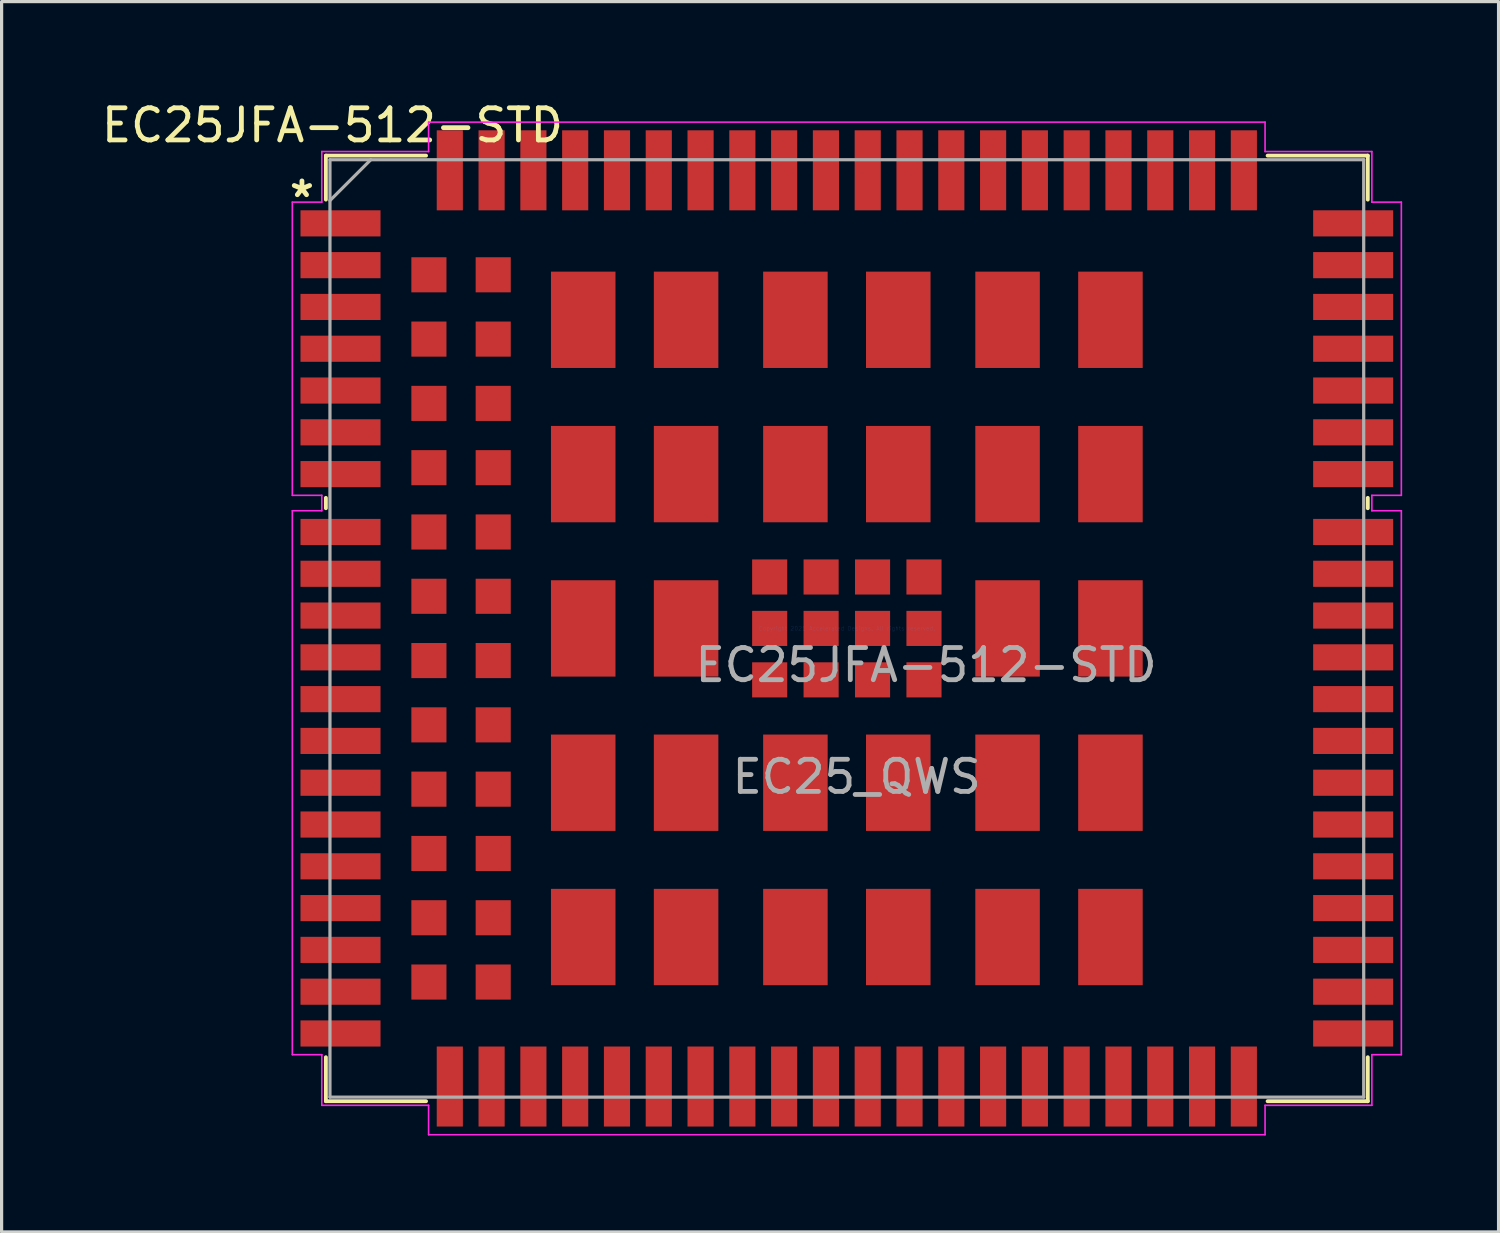
<source format=kicad_pcb>
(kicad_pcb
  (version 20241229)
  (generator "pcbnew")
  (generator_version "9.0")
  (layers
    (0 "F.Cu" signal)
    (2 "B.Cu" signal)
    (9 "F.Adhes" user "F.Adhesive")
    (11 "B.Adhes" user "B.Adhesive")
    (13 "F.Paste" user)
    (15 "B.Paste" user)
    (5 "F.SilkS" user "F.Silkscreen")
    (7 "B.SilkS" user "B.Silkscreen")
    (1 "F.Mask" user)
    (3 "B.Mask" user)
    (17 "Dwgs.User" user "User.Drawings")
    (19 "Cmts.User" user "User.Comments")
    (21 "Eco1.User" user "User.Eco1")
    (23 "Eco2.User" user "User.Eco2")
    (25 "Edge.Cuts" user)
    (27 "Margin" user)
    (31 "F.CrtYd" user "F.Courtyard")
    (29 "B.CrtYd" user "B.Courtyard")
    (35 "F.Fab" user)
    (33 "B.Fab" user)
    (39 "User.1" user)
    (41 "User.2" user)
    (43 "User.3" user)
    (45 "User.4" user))
  (footprint "EC25JFA-512-STD"
    (layer "F.Cu")
    (at 23.292 16.498)
    (property "Reference" "EC25JFA-512-STD" (at -16 -15.65 0) (layer "F.SilkS") (effects (font (size 1 1) (thickness 0.15))))
    (property "Value" "EC25_QWS" (at 0 0 0) (layer "F.SilkS") (hide yes) (effects (font (size 1 1) (thickness 0.15))))
    (attr smd)
    (fp_line (start -16.205 -14.707) (end -13.089 -14.707) (stroke (width 0.12) (type solid)) (layer "F.SilkS"))
    (fp_line (start -16.205 -13.339) (end -16.205 -14.707) (stroke (width 0.12) (type solid)) (layer "F.SilkS"))
    (fp_line (start -16.205 -3.739) (end -16.205 -4.061) (stroke (width 0.12) (type solid)) (layer "F.SilkS"))
    (fp_line (start -16.205 14.707) (end -16.205 13.339) (stroke (width 0.12) (type solid)) (layer "F.SilkS"))
    (fp_line (start -13.089 14.707) (end -16.205 14.707) (stroke (width 0.12) (type solid)) (layer "F.SilkS"))
    (fp_line (start 13.089 -14.707) (end 16.205 -14.707) (stroke (width 0.12) (type solid)) (layer "F.SilkS"))
    (fp_line (start 16.205 -14.707) (end 16.205 -13.339) (stroke (width 0.12) (type solid)) (layer "F.SilkS"))
    (fp_line (start 16.205 -4.061) (end 16.205 -3.739) (stroke (width 0.12) (type solid)) (layer "F.SilkS"))
    (fp_line (start 16.205 13.339) (end 16.205 14.707) (stroke (width 0.12) (type solid)) (layer "F.SilkS"))
    (fp_line (start 16.205 14.707) (end 13.089 14.707) (stroke (width 0.12) (type solid)) (layer "F.SilkS"))
    (fp_line (start -17.249 -13.26) (end -17.249 -4.14) (stroke (width 0.05) (type solid)) (layer "F.CrtYd"))
    (fp_line (start -17.249 -4.14) (end -16.332 -4.14) (stroke (width 0.05) (type solid)) (layer "F.CrtYd"))
    (fp_line (start -17.249 -3.66) (end -17.249 13.26) (stroke (width 0.05) (type solid)) (layer "F.CrtYd"))
    (fp_line (start -17.249 13.26) (end -16.332 13.26) (stroke (width 0.05) (type solid)) (layer "F.CrtYd"))
    (fp_line (start -16.332 -14.834) (end -16.332 -13.26) (stroke (width 0.05) (type solid)) (layer "F.CrtYd"))
    (fp_line (start -16.332 -13.26) (end -17.249 -13.26) (stroke (width 0.05) (type solid)) (layer "F.CrtYd"))
    (fp_line (start -16.332 -4.14) (end -16.332 -3.66) (stroke (width 0.05) (type solid)) (layer "F.CrtYd"))
    (fp_line (start -16.332 -3.66) (end -17.249 -3.66) (stroke (width 0.05) (type solid)) (layer "F.CrtYd"))
    (fp_line (start -16.332 13.26) (end -16.332 14.834) (stroke (width 0.05) (type solid)) (layer "F.CrtYd"))
    (fp_line (start -16.332 14.834) (end -13.01 14.834) (stroke (width 0.05) (type solid)) (layer "F.CrtYd"))
    (fp_line (start -13.01 14.834) (end -13.01 15.749) (stroke (width 0.05) (type solid)) (layer "F.CrtYd"))
    (fp_line (start -13.01 15.749) (end 13.01 15.749) (stroke (width 0.05) (type solid)) (layer "F.CrtYd"))
    (fp_line (start -13.01 -15.749) (end -13.01 -14.834) (stroke (width 0.05) (type solid)) (layer "F.CrtYd"))
    (fp_line (start -13.01 -14.834) (end -16.332 -14.834) (stroke (width 0.05) (type solid)) (layer "F.CrtYd"))
    (fp_line (start 13.01 14.834) (end 16.332 14.834) (stroke (width 0.05) (type solid)) (layer "F.CrtYd"))
    (fp_line (start 13.01 15.749) (end 13.01 14.834) (stroke (width 0.05) (type solid)) (layer "F.CrtYd"))
    (fp_line (start 13.01 -15.749) (end -13.01 -15.749) (stroke (width 0.05) (type solid)) (layer "F.CrtYd"))
    (fp_line (start 13.01 -14.834) (end 13.01 -15.749) (stroke (width 0.05) (type solid)) (layer "F.CrtYd"))
    (fp_line (start 16.332 -14.834) (end 13.01 -14.834) (stroke (width 0.05) (type solid)) (layer "F.CrtYd"))
    (fp_line (start 16.332 -13.26) (end 16.332 -14.834) (stroke (width 0.05) (type solid)) (layer "F.CrtYd"))
    (fp_line (start 16.332 -4.14) (end 17.249 -4.14) (stroke (width 0.05) (type solid)) (layer "F.CrtYd"))
    (fp_line (start 16.332 -3.66) (end 16.332 -4.14) (stroke (width 0.05) (type solid)) (layer "F.CrtYd"))
    (fp_line (start 16.332 13.26) (end 17.249 13.26) (stroke (width 0.05) (type solid)) (layer "F.CrtYd"))
    (fp_line (start 16.332 14.834) (end 16.332 13.26) (stroke (width 0.05) (type solid)) (layer "F.CrtYd"))
    (fp_line (start 17.249 -13.26) (end 16.332 -13.26) (stroke (width 0.05) (type solid)) (layer "F.CrtYd"))
    (fp_line (start 17.249 -4.14) (end 17.249 -13.26) (stroke (width 0.05) (type solid)) (layer "F.CrtYd"))
    (fp_line (start 17.249 -3.66) (end 16.332 -3.66) (stroke (width 0.05) (type solid)) (layer "F.CrtYd"))
    (fp_line (start 17.249 13.26) (end 17.249 -3.66) (stroke (width 0.05) (type solid)) (layer "F.CrtYd"))
    (fp_line (start -16.078 -14.58) (end -16.078 14.58) (stroke (width 0.1) (type solid)) (layer "F.Fab"))
    (fp_line (start -16.078 -13.31) (end -14.808 -14.58) (stroke (width 0.1) (type solid)) (layer "F.Fab"))
    (fp_line (start -16.078 14.58) (end 16.078 14.58) (stroke (width 0.1) (type solid)) (layer "F.Fab"))
    (fp_line (start 16.078 -14.58) (end -16.078 -14.58) (stroke (width 0.1) (type solid)) (layer "F.Fab"))
    (fp_line (start 16.078 14.58) (end 16.078 -14.58) (stroke (width 0.1) (type solid)) (layer "F.Fab"))
    (fp_text user "*" (at -16.95 -13.375 0) (layer "F.SilkS") (effects (font (size 1 1) (thickness 0.15))))
    (fp_text user "Copyright 2021 Accelerated Designs. All rights reserved." (at 0 0 0) (layer "Cmts.User") (effects (font (size 0.127 0.127) (thickness 0.002))))
    (fp_text user "${VALUE}" (at -3.65 5.2 0) (unlocked yes) (layer "F.Fab") (effects (font (size 1 1) (thickness 0.15)) (justify left bottom)))
    (fp_text user "${REFERENCE}" (at -4.8 1.725 0) (unlocked yes) (layer "F.Fab") (effects (font (size 1 1) (thickness 0.15)) (justify left bottom)))
    (pad "1" smd rect (at -15.75 -12.6) (size 2.489 0.813) (layers "F.Cu" "F.Mask" "F.Paste"))
    (pad "2" smd rect (at -15.75 -11.3) (size 2.489 0.813) (layers "F.Cu" "F.Mask" "F.Paste"))
    (pad "3" smd rect (at -15.75 -10) (size 2.489 0.813) (layers "F.Cu" "F.Mask" "F.Paste"))
    (pad "4" smd rect (at -15.75 -8.7) (size 2.489 0.813) (layers "F.Cu" "F.Mask" "F.Paste"))
    (pad "5" smd rect (at -15.75 -7.4) (size 2.489 0.813) (layers "F.Cu" "F.Mask" "F.Paste"))
    (pad "6" smd rect (at -15.75 -6.1) (size 2.489 0.813) (layers "F.Cu" "F.Mask" "F.Paste"))
    (pad "7" smd rect (at -15.75 -4.8) (size 2.489 0.813) (layers "F.Cu" "F.Mask" "F.Paste"))
    (pad "8" smd rect (at -15.75 -0.4) (size 2.489 0.813) (layers "F.Cu" "F.Mask" "F.Paste"))
    (pad "9" smd rect (at -15.75 0.9) (size 2.489 0.813) (layers "F.Cu" "F.Mask" "F.Paste"))
    (pad "10" smd rect (at -15.75 2.2) (size 2.489 0.813) (layers "F.Cu" "F.Mask" "F.Paste"))
    (pad "11" smd rect (at -15.75 3.5) (size 2.489 0.813) (layers "F.Cu" "F.Mask" "F.Paste"))
    (pad "12" smd rect (at -15.75 4.8) (size 2.489 0.813) (layers "F.Cu" "F.Mask" "F.Paste"))
    (pad "13" smd rect (at -15.75 6.1) (size 2.489 0.813) (layers "F.Cu" "F.Mask" "F.Paste"))
    (pad "14" smd rect (at -15.75 7.4) (size 2.489 0.813) (layers "F.Cu" "F.Mask" "F.Paste"))
    (pad "15" smd rect (at -15.75 8.7) (size 2.489 0.813) (layers "F.Cu" "F.Mask" "F.Paste"))
    (pad "16" smd rect (at -15.75 10) (size 2.489 0.813) (layers "F.Cu" "F.Mask" "F.Paste"))
    (pad "17" smd rect (at -15.75 11.3) (size 2.489 0.813) (layers "F.Cu" "F.Mask" "F.Paste"))
    (pad "18" smd rect (at -15.75 12.6) (size 2.489 0.813) (layers "F.Cu" "F.Mask" "F.Paste"))
    (pad "19" smd rect (at -9.75 14.25 90) (size 2.489 0.813) (layers "F.Cu" "F.Mask" "F.Paste"))
    (pad "20" smd rect (at -8.45 14.25 90) (size 2.489 0.813) (layers "F.Cu" "F.Mask" "F.Paste"))
    (pad "21" smd rect (at -7.15 14.25 90) (size 2.489 0.813) (layers "F.Cu" "F.Mask" "F.Paste"))
    (pad "22" smd rect (at -5.85 14.25 90) (size 2.489 0.813) (layers "F.Cu" "F.Mask" "F.Paste"))
    (pad "23" smd rect (at -4.55 14.25 90) (size 2.489 0.813) (layers "F.Cu" "F.Mask" "F.Paste"))
    (pad "24" smd rect (at -3.25 14.25 90) (size 2.489 0.813) (layers "F.Cu" "F.Mask" "F.Paste"))
    (pad "25" smd rect (at -1.95 14.25 90) (size 2.489 0.813) (layers "F.Cu" "F.Mask" "F.Paste"))
    (pad "26" smd rect (at -0.65 14.25 90) (size 2.489 0.813) (layers "F.Cu" "F.Mask" "F.Paste"))
    (pad "27" smd rect (at 0.65 14.25 90) (size 2.489 0.813) (layers "F.Cu" "F.Mask" "F.Paste"))
    (pad "28" smd rect (at 1.95 14.25 90) (size 2.489 0.813) (layers "F.Cu" "F.Mask" "F.Paste"))
    (pad "29" smd rect (at 3.25 14.25 90) (size 2.489 0.813) (layers "F.Cu" "F.Mask" "F.Paste"))
    (pad "30" smd rect (at 4.55 14.25 90) (size 2.489 0.813) (layers "F.Cu" "F.Mask" "F.Paste"))
    (pad "31" smd rect (at 5.85 14.25 90) (size 2.489 0.813) (layers "F.Cu" "F.Mask" "F.Paste"))
    (pad "32" smd rect (at 7.15 14.25 90) (size 2.489 0.813) (layers "F.Cu" "F.Mask" "F.Paste"))
    (pad "33" smd rect (at 8.45 14.25 90) (size 2.489 0.813) (layers "F.Cu" "F.Mask" "F.Paste"))
    (pad "34" smd rect (at 9.75 14.25 90) (size 2.489 0.813) (layers "F.Cu" "F.Mask" "F.Paste"))
    (pad "35" smd rect (at 11.05 14.25 90) (size 2.489 0.813) (layers "F.Cu" "F.Mask" "F.Paste"))
    (pad "36" smd rect (at 12.35 14.25 90) (size 2.489 0.813) (layers "F.Cu" "F.Mask" "F.Paste"))
    (pad "37" smd rect (at 15.75 12.6) (size 2.489 0.813) (layers "F.Cu" "F.Mask" "F.Paste"))
    (pad "38" smd rect (at 15.75 11.3) (size 2.489 0.813) (layers "F.Cu" "F.Mask" "F.Paste"))
    (pad "39" smd rect (at 15.75 10) (size 2.489 0.813) (layers "F.Cu" "F.Mask" "F.Paste"))
    (pad "40" smd rect (at 15.75 8.7) (size 2.489 0.813) (layers "F.Cu" "F.Mask" "F.Paste"))
    (pad "41" smd rect (at 15.75 7.4) (size 2.489 0.813) (layers "F.Cu" "F.Mask" "F.Paste"))
    (pad "42" smd rect (at 15.75 6.1) (size 2.489 0.813) (layers "F.Cu" "F.Mask" "F.Paste"))
    (pad "43" smd rect (at 15.75 4.8) (size 2.489 0.813) (layers "F.Cu" "F.Mask" "F.Paste"))
    (pad "44" smd rect (at 15.75 3.5) (size 2.489 0.813) (layers "F.Cu" "F.Mask" "F.Paste"))
    (pad "45" smd rect (at 15.75 2.2) (size 2.489 0.813) (layers "F.Cu" "F.Mask" "F.Paste"))
    (pad "46" smd rect (at 15.75 0.9) (size 2.489 0.813) (layers "F.Cu" "F.Mask" "F.Paste"))
    (pad "47" smd rect (at 15.75 -0.4) (size 2.489 0.813) (layers "F.Cu" "F.Mask" "F.Paste"))
    (pad "48" smd rect (at 15.75 -4.8) (size 2.489 0.813) (layers "F.Cu" "F.Mask" "F.Paste"))
    (pad "49" smd rect (at 15.75 -6.1) (size 2.489 0.813) (layers "F.Cu" "F.Mask" "F.Paste"))
    (pad "50" smd rect (at 15.75 -7.4) (size 2.489 0.813) (layers "F.Cu" "F.Mask" "F.Paste"))
    (pad "51" smd rect (at 15.75 -8.7) (size 2.489 0.813) (layers "F.Cu" "F.Mask" "F.Paste"))
    (pad "52" smd rect (at 15.75 -10) (size 2.489 0.813) (layers "F.Cu" "F.Mask" "F.Paste"))
    (pad "53" smd rect (at 15.75 -11.3) (size 2.489 0.813) (layers "F.Cu" "F.Mask" "F.Paste"))
    (pad "54" smd rect (at 15.75 -12.6) (size 2.489 0.813) (layers "F.Cu" "F.Mask" "F.Paste"))
    (pad "55" smd rect (at 12.35 -14.25 90) (size 2.489 0.813) (layers "F.Cu" "F.Mask" "F.Paste"))
    (pad "56" smd rect (at 11.05 -14.25 90) (size 2.489 0.813) (layers "F.Cu" "F.Mask" "F.Paste"))
    (pad "57" smd rect (at 9.75 -14.25 90) (size 2.489 0.813) (layers "F.Cu" "F.Mask" "F.Paste"))
    (pad "58" smd rect (at 8.45 -14.25 90) (size 2.489 0.813) (layers "F.Cu" "F.Mask" "F.Paste"))
    (pad "59" smd rect (at 7.15 -14.25 90) (size 2.489 0.813) (layers "F.Cu" "F.Mask" "F.Paste"))
    (pad "60" smd rect (at 5.85 -14.25 90) (size 2.489 0.813) (layers "F.Cu" "F.Mask" "F.Paste"))
    (pad "61" smd rect (at 4.55 -14.25 90) (size 2.489 0.813) (layers "F.Cu" "F.Mask" "F.Paste"))
    (pad "62" smd rect (at 3.25 -14.25 90) (size 2.489 0.813) (layers "F.Cu" "F.Mask" "F.Paste"))
    (pad "63" smd rect (at 1.95 -14.25 90) (size 2.489 0.813) (layers "F.Cu" "F.Mask" "F.Paste"))
    (pad "64" smd rect (at 0.65 -14.25 90) (size 2.489 0.813) (layers "F.Cu" "F.Mask" "F.Paste"))
    (pad "65" smd rect (at -0.65 -14.25 90) (size 2.489 0.813) (layers "F.Cu" "F.Mask" "F.Paste"))
    (pad "66" smd rect (at -1.95 -14.25 90) (size 2.489 0.813) (layers "F.Cu" "F.Mask" "F.Paste"))
    (pad "67" smd rect (at -3.25 -14.25 90) (size 2.489 0.813) (layers "F.Cu" "F.Mask" "F.Paste"))
    (pad "68" smd rect (at -4.55 -14.25 90) (size 2.489 0.813) (layers "F.Cu" "F.Mask" "F.Paste"))
    (pad "69" smd rect (at -5.85 -14.25 90) (size 2.489 0.813) (layers "F.Cu" "F.Mask" "F.Paste"))
    (pad "70" smd rect (at -7.15 -14.25 90) (size 2.489 0.813) (layers "F.Cu" "F.Mask" "F.Paste"))
    (pad "71" smd rect (at -8.45 -14.25 90) (size 2.489 0.813) (layers "F.Cu" "F.Mask" "F.Paste"))
    (pad "72" smd rect (at -9.75 -14.25 90) (size 2.489 0.813) (layers "F.Cu" "F.Mask" "F.Paste"))
    (pad "73" smd rect (at 2.4 -1.6) (size 1.092 1.092) (layers "F.Cu" "F.Mask" "F.Paste"))
    (pad "74" smd rect (at 2.4 0) (size 1.092 1.092) (layers "F.Cu" "F.Mask" "F.Paste"))
    (pad "75" smd rect (at 2.4 1.6) (size 1.092 1.092) (layers "F.Cu" "F.Mask" "F.Paste"))
    (pad "76" smd rect (at 0.8 -1.6) (size 1.092 1.092) (layers "F.Cu" "F.Mask" "F.Paste"))
    (pad "77" smd rect (at 0.8 0) (size 1.092 1.092) (layers "F.Cu" "F.Mask" "F.Paste"))
    (pad "78" smd rect (at 0.8 1.6) (size 1.092 1.092) (layers "F.Cu" "F.Mask" "F.Paste"))
    (pad "79" smd rect (at -0.8 -1.6) (size 1.092 1.092) (layers "F.Cu" "F.Mask" "F.Paste"))
    (pad "80" smd rect (at -0.8 0) (size 1.092 1.092) (layers "F.Cu" "F.Mask" "F.Paste"))
    (pad "81" smd rect (at -0.8 1.6) (size 1.092 1.092) (layers "F.Cu" "F.Mask" "F.Paste"))
    (pad "82" smd rect (at -2.4 -1.6) (size 1.092 1.092) (layers "F.Cu" "F.Mask" "F.Paste"))
    (pad "83" smd rect (at -2.4 0) (size 1.092 1.092) (layers "F.Cu" "F.Mask" "F.Paste"))
    (pad "84" smd rect (at -2.4 1.6) (size 1.092 1.092) (layers "F.Cu" "F.Mask" "F.Paste"))
    (pad "85" smd rect (at 8.2 -9.6) (size 2.007 2.997) (layers "F.Cu" "F.Mask" "F.Paste"))
    (pad "86" smd rect (at 8.2 -4.8) (size 2.007 2.997) (layers "F.Cu" "F.Mask" "F.Paste"))
    (pad "87" smd rect (at 8.2 0) (size 2.007 2.997) (layers "F.Cu" "F.Mask" "F.Paste"))
    (pad "88" smd rect (at 8.2 4.8) (size 2.007 2.997) (layers "F.Cu" "F.Mask" "F.Paste"))
    (pad "89" smd rect (at 8.2 9.6) (size 2.007 2.997) (layers "F.Cu" "F.Mask" "F.Paste"))
    (pad "90" smd rect (at 5 -9.6) (size 2.007 2.997) (layers "F.Cu" "F.Mask" "F.Paste"))
    (pad "91" smd rect (at 5 -4.8) (size 2.007 2.997) (layers "F.Cu" "F.Mask" "F.Paste"))
    (pad "92" smd rect (at 5 0) (size 2.007 2.997) (layers "F.Cu" "F.Mask" "F.Paste"))
    (pad "93" smd rect (at 5 4.8) (size 2.007 2.997) (layers "F.Cu" "F.Mask" "F.Paste"))
    (pad "94" smd rect (at 5 9.6) (size 2.007 2.997) (layers "F.Cu" "F.Mask" "F.Paste"))
    (pad "95" smd rect (at 1.6 -9.6) (size 2.007 2.997) (layers "F.Cu" "F.Mask" "F.Paste"))
    (pad "96" smd rect (at 1.6 -4.8) (size 2.007 2.997) (layers "F.Cu" "F.Mask" "F.Paste"))
    (pad "97" smd rect (at 1.6 4.8) (size 2.007 2.997) (layers "F.Cu" "F.Mask" "F.Paste"))
    (pad "98" smd rect (at 1.6 9.6) (size 2.007 2.997) (layers "F.Cu" "F.Mask" "F.Paste"))
    (pad "99" smd rect (at -1.6 -9.6) (size 2.007 2.997) (layers "F.Cu" "F.Mask" "F.Paste"))
    (pad "100" smd rect (at -1.6 -4.8) (size 2.007 2.997) (layers "F.Cu" "F.Mask" "F.Paste"))
    (pad "101" smd rect (at -1.6 4.8) (size 2.007 2.997) (layers "F.Cu" "F.Mask" "F.Paste"))
    (pad "102" smd rect (at -1.6 9.6) (size 2.007 2.997) (layers "F.Cu" "F.Mask" "F.Paste"))
    (pad "103" smd rect (at -5 -9.6) (size 2.007 2.997) (layers "F.Cu" "F.Mask" "F.Paste"))
    (pad "104" smd rect (at -5 -4.8) (size 2.007 2.997) (layers "F.Cu" "F.Mask" "F.Paste"))
    (pad "105" smd rect (at -5 0) (size 2.007 2.997) (layers "F.Cu" "F.Mask" "F.Paste"))
    (pad "106" smd rect (at -5 4.8) (size 2.007 2.997) (layers "F.Cu" "F.Mask" "F.Paste"))
    (pad "107" smd rect (at -5 9.6) (size 2.007 2.997) (layers "F.Cu" "F.Mask" "F.Paste"))
    (pad "108" smd rect (at -8.2 -9.6) (size 2.007 2.997) (layers "F.Cu" "F.Mask" "F.Paste"))
    (pad "109" smd rect (at -8.2 -4.8) (size 2.007 2.997) (layers "F.Cu" "F.Mask" "F.Paste"))
    (pad "110" smd rect (at -8.2 0) (size 2.007 2.997) (layers "F.Cu" "F.Mask" "F.Paste"))
    (pad "111" smd rect (at -8.2 4.8) (size 2.007 2.997) (layers "F.Cu" "F.Mask" "F.Paste"))
    (pad "112" smd rect (at -8.2 9.6) (size 2.007 2.997) (layers "F.Cu" "F.Mask" "F.Paste"))
    (pad "113" smd rect (at -11.05 -14.25 90) (size 2.489 0.813) (layers "F.Cu" "F.Mask" "F.Paste"))
    (pad "114" smd rect (at -12.35 -14.25 90) (size 2.489 0.813) (layers "F.Cu" "F.Mask" "F.Paste"))
    (pad "115" smd rect (at -11.05 14.25 90) (size 2.489 0.813) (layers "F.Cu" "F.Mask" "F.Paste"))
    (pad "116" smd rect (at -12.35 14.25 90) (size 2.489 0.813) (layers "F.Cu" "F.Mask" "F.Paste"))
    (pad "117" smd rect (at -11 -11) (size 1.092 1.092) (layers "F.Cu" "F.Mask" "F.Paste"))
    (pad "118" smd rect (at -11 -9) (size 1.092 1.092) (layers "F.Cu" "F.Mask" "F.Paste"))
    (pad "119" smd rect (at -11 -7) (size 1.092 1.092) (layers "F.Cu" "F.Mask" "F.Paste"))
    (pad "120" smd rect (at -11 -5) (size 1.092 1.092) (layers "F.Cu" "F.Mask" "F.Paste"))
    (pad "121" smd rect (at -11 -3) (size 1.092 1.092) (layers "F.Cu" "F.Mask" "F.Paste"))
    (pad "122" smd rect (at -11 -1) (size 1.092 1.092) (layers "F.Cu" "F.Mask" "F.Paste"))
    (pad "123" smd rect (at -11 1) (size 1.092 1.092) (layers "F.Cu" "F.Mask" "F.Paste"))
    (pad "124" smd rect (at -11 3) (size 1.092 1.092) (layers "F.Cu" "F.Mask" "F.Paste"))
    (pad "125" smd rect (at -11 5) (size 1.092 1.092) (layers "F.Cu" "F.Mask" "F.Paste"))
    (pad "126" smd rect (at -11 7) (size 1.092 1.092) (layers "F.Cu" "F.Mask" "F.Paste"))
    (pad "127" smd rect (at -11 9) (size 1.092 1.092) (layers "F.Cu" "F.Mask" "F.Paste"))
    (pad "128" smd rect (at -11 11) (size 1.092 1.092) (layers "F.Cu" "F.Mask" "F.Paste"))
    (pad "129" smd rect (at -13 -11) (size 1.092 1.092) (layers "F.Cu" "F.Mask" "F.Paste"))
    (pad "130" smd rect (at -13 -9) (size 1.092 1.092) (layers "F.Cu" "F.Mask" "F.Paste"))
    (pad "131" smd rect (at -13 -7) (size 1.092 1.092) (layers "F.Cu" "F.Mask" "F.Paste"))
    (pad "132" smd rect (at -13 -5) (size 1.092 1.092) (layers "F.Cu" "F.Mask" "F.Paste"))
    (pad "133" smd rect (at -13 -3) (size 1.092 1.092) (layers "F.Cu" "F.Mask" "F.Paste"))
    (pad "134" smd rect (at -13 -1) (size 1.092 1.092) (layers "F.Cu" "F.Mask" "F.Paste"))
    (pad "135" smd rect (at -13 1) (size 1.092 1.092) (layers "F.Cu" "F.Mask" "F.Paste"))
    (pad "136" smd rect (at -13 3) (size 1.092 1.092) (layers "F.Cu" "F.Mask" "F.Paste"))
    (pad "137" smd rect (at -13 5) (size 1.092 1.092) (layers "F.Cu" "F.Mask" "F.Paste"))
    (pad "138" smd rect (at -13 7) (size 1.092 1.092) (layers "F.Cu" "F.Mask" "F.Paste"))
    (pad "139" smd rect (at -13 9) (size 1.092 1.092) (layers "F.Cu" "F.Mask" "F.Paste"))
    (pad "140" smd rect (at -13 11) (size 1.092 1.092) (layers "F.Cu" "F.Mask" "F.Paste"))
    (pad "141" smd rect (at -15.75 -3) (size 2.489 0.813) (layers "F.Cu" "F.Mask" "F.Paste"))
    (pad "142" smd rect (at -15.75 -1.7) (size 2.489 0.813) (layers "F.Cu" "F.Mask" "F.Paste"))
    (pad "143" smd rect (at 15.75 -1.7) (size 2.489 0.813) (layers "F.Cu" "F.Mask" "F.Paste"))
    (pad "144" smd rect (at 15.75 -3) (size 2.489 0.813) (layers "F.Cu" "F.Mask" "F.Paste")))
  (gr_rect
    (start -3 -3)
    (end 43.565 35.272)
    (stroke (width 0.1) (type default))
    (fill no)
    (layer "Edge.Cuts")))
</source>
